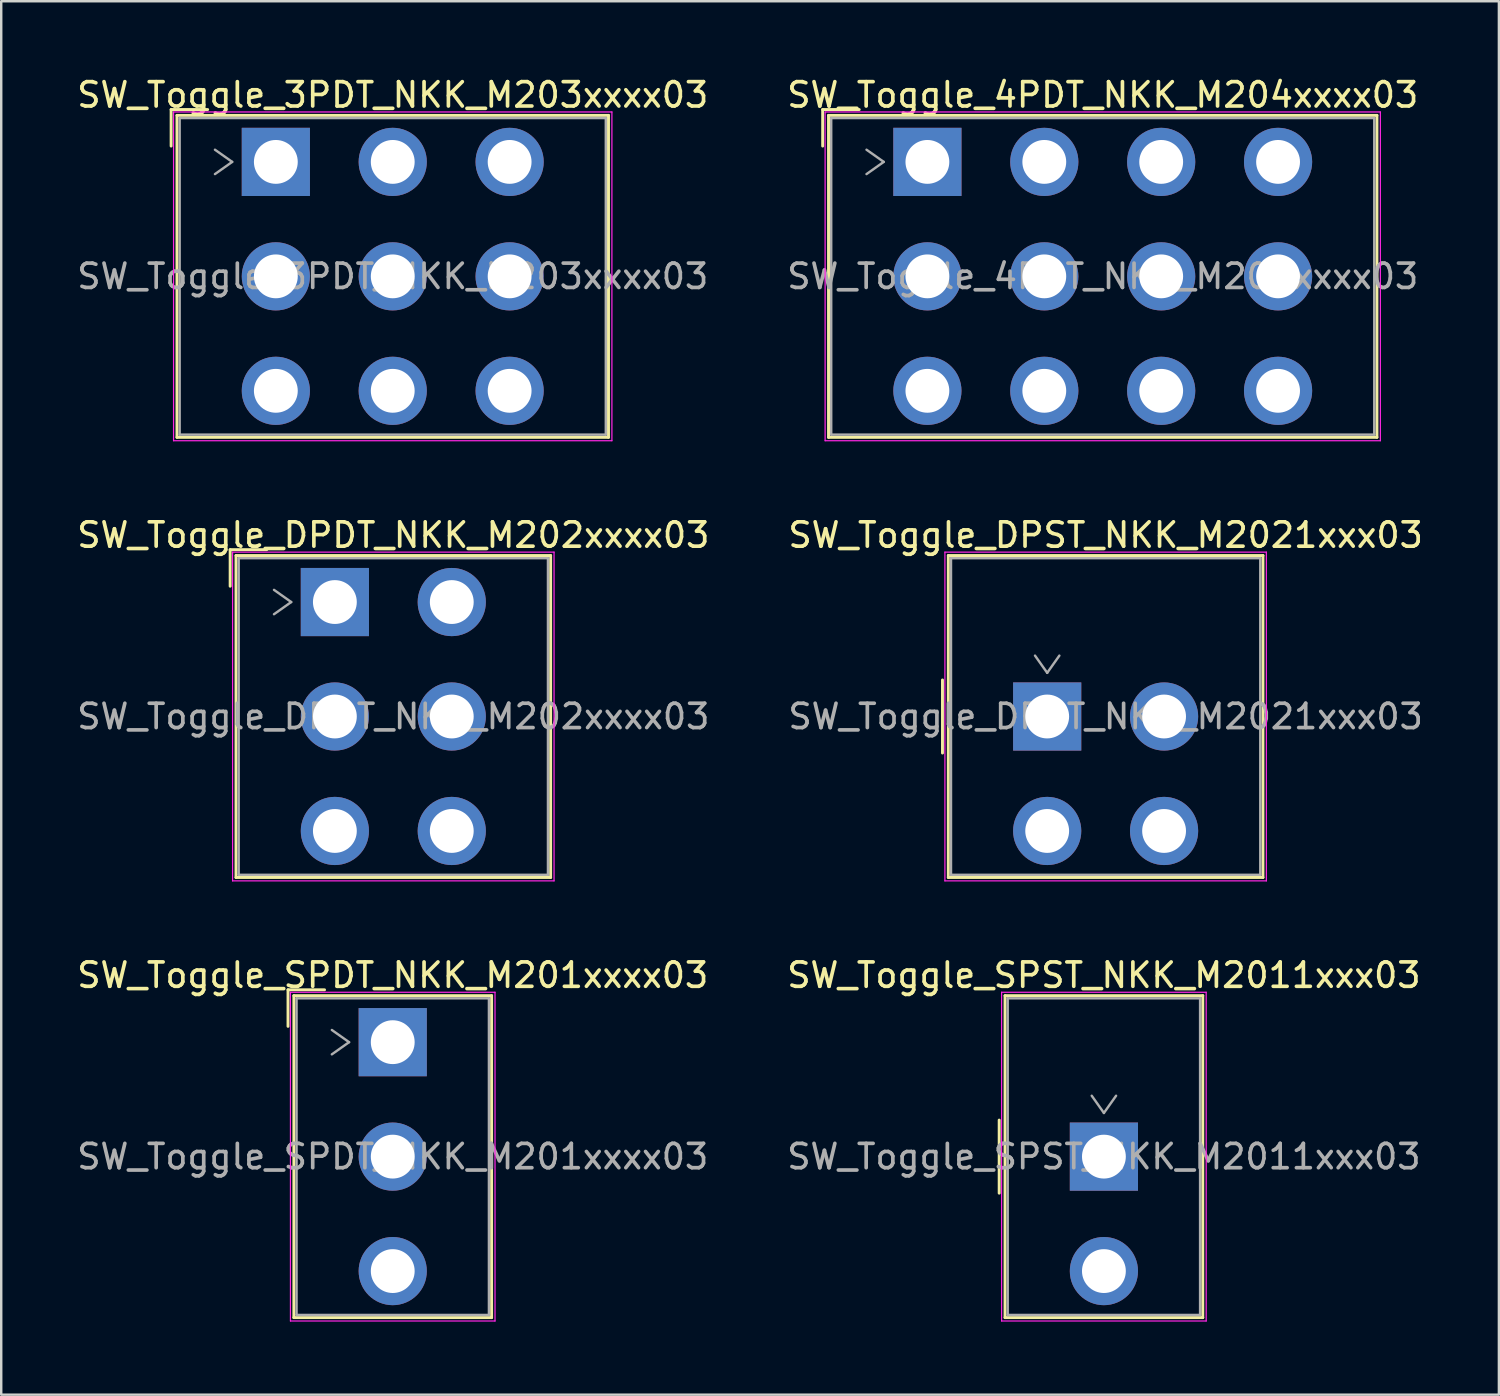
<source format=kicad_pcb>
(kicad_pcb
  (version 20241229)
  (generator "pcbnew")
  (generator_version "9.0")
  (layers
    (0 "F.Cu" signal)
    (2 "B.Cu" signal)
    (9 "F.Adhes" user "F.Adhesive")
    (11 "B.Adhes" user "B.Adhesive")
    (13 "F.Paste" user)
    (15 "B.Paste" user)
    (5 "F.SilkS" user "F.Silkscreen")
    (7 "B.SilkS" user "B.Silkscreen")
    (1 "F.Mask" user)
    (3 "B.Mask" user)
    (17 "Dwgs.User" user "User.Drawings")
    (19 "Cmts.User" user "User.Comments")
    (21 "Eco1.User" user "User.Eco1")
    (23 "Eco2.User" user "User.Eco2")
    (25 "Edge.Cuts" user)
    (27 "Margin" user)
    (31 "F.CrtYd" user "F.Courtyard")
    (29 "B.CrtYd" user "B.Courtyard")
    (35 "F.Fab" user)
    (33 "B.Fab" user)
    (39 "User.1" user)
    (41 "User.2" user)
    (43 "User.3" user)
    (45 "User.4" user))
  (footprint "SW_Toggle_DPDT_NKK_M202xxxx03"
    (layer "F.Cu")
    (at 10.701 21.672)
    (property "Reference" "SW_Toggle_DPDT_NKK_M202xxxx03" (at 2.4 -2.75 0) (layer "F.SilkS") (effects (font (size 1 1) (thickness 0.15))))
    (attr through_hole)
    (fp_line (start -4.3 -2.15) (end -2.8 -2.15) (stroke (width 0.12) (type solid)) (layer "F.SilkS"))
    (fp_line (start -4.3 -0.65) (end -4.3 -2.15) (stroke (width 0.12) (type solid)) (layer "F.SilkS"))
    (fp_line (start -4.06 -1.91) (end 8.86 -1.91) (stroke (width 0.12) (type solid)) (layer "F.SilkS"))
    (fp_line (start -4.06 11.31) (end -4.06 -1.91) (stroke (width 0.12) (type solid)) (layer "F.SilkS"))
    (fp_line (start 8.86 -1.91) (end 8.86 11.31) (stroke (width 0.12) (type solid)) (layer "F.SilkS"))
    (fp_line (start 8.86 11.31) (end -4.06 11.31) (stroke (width 0.12) (type solid)) (layer "F.SilkS"))
    (fp_line (start -4.2 -2.05) (end 9 -2.05) (stroke (width 0.05) (type solid)) (layer "F.CrtYd"))
    (fp_line (start -4.2 11.45) (end -4.2 -2.05) (stroke (width 0.05) (type solid)) (layer "F.CrtYd"))
    (fp_line (start 9 -2.05) (end 9 11.45) (stroke (width 0.05) (type solid)) (layer "F.CrtYd"))
    (fp_line (start 9 11.45) (end -4.2 11.45) (stroke (width 0.05) (type solid)) (layer "F.CrtYd"))
    (fp_line (start -3.95 -1.8) (end 8.75 -1.8) (stroke (width 0.1) (type solid)) (layer "F.Fab"))
    (fp_line (start -3.95 11.2) (end -3.95 -1.8) (stroke (width 0.1) (type solid)) (layer "F.Fab"))
    (fp_line (start -2.5 -0.5) (end -1.793 0) (stroke (width 0.1) (type solid)) (layer "F.Fab"))
    (fp_line (start -1.793 0) (end -2.5 0.5) (stroke (width 0.1) (type solid)) (layer "F.Fab"))
    (fp_line (start 8.75 -1.8) (end 8.75 11.2) (stroke (width 0.1) (type solid)) (layer "F.Fab"))
    (fp_line (start 8.75 11.2) (end -3.95 11.2) (stroke (width 0.1) (type solid)) (layer "F.Fab"))
    (fp_text user "${REFERENCE}" (at 2.4 4.7 0) (layer "F.Fab") (effects (font (size 1 1) (thickness 0.15))))
    (pad "1" thru_hole rect (at 0 0) (size 2.8 2.8) (drill 1.8) (layers "*.Cu" "*.Mask"))
    (pad "2" thru_hole circle (at 0 4.7) (size 2.8 2.8) (drill 1.8) (layers "*.Cu" "*.Mask"))
    (pad "3" thru_hole circle (at 0 9.4) (size 2.8 2.8) (drill 1.8) (layers "*.Cu" "*.Mask"))
    (pad "4" thru_hole circle (at 4.8 0) (size 2.8 2.8) (drill 1.8) (layers "*.Cu" "*.Mask"))
    (pad "5" thru_hole circle (at 4.8 4.7) (size 2.8 2.8) (drill 1.8) (layers "*.Cu" "*.Mask"))
    (pad "6" thru_hole circle (at 4.8 9.4) (size 2.8 2.8) (drill 1.8) (layers "*.Cu" "*.Mask")))
  (footprint "SW_Toggle_SPST_NKK_M2011xxx03"
    (layer "F.Cu")
    (at 42.28 44.445)
    (property "Reference" "SW_Toggle_SPST_NKK_M2011xxx03" (at 0 -7.45 0) (layer "F.SilkS") (effects (font (size 1 1) (thickness 0.15))))
    (attr through_hole)
    (fp_line (start -4.3 -1.5) (end -4.3 1.5) (stroke (width 0.12) (type solid)) (layer "F.SilkS"))
    (fp_line (start -4.06 -6.61) (end 4.06 -6.61) (stroke (width 0.12) (type solid)) (layer "F.SilkS"))
    (fp_line (start -4.06 6.61) (end -4.06 -6.61) (stroke (width 0.12) (type solid)) (layer "F.SilkS"))
    (fp_line (start 4.06 -6.61) (end 4.06 6.61) (stroke (width 0.12) (type solid)) (layer "F.SilkS"))
    (fp_line (start 4.06 6.61) (end -4.06 6.61) (stroke (width 0.12) (type solid)) (layer "F.SilkS"))
    (fp_line (start -4.2 -6.75) (end 4.2 -6.75) (stroke (width 0.05) (type solid)) (layer "F.CrtYd"))
    (fp_line (start -4.2 6.75) (end -4.2 -6.75) (stroke (width 0.05) (type solid)) (layer "F.CrtYd"))
    (fp_line (start 4.2 -6.75) (end 4.2 6.75) (stroke (width 0.05) (type solid)) (layer "F.CrtYd"))
    (fp_line (start 4.2 6.75) (end -4.2 6.75) (stroke (width 0.05) (type solid)) (layer "F.CrtYd"))
    (fp_line (start -3.95 -6.5) (end 3.95 -6.5) (stroke (width 0.1) (type solid)) (layer "F.Fab"))
    (fp_line (start -3.95 6.5) (end -3.95 -6.5) (stroke (width 0.1) (type solid)) (layer "F.Fab"))
    (fp_line (start -0.5 -2.5) (end 0 -1.793) (stroke (width 0.1) (type solid)) (layer "F.Fab"))
    (fp_line (start 0 -1.793) (end 0.5 -2.5) (stroke (width 0.1) (type solid)) (layer "F.Fab"))
    (fp_line (start 3.95 -6.5) (end 3.95 6.5) (stroke (width 0.1) (type solid)) (layer "F.Fab"))
    (fp_line (start 3.95 6.5) (end -3.95 6.5) (stroke (width 0.1) (type solid)) (layer "F.Fab"))
    (fp_text user "${REFERENCE}" (at 0 0 0) (layer "F.Fab") (effects (font (size 1 1) (thickness 0.15))))
    (pad "1" thru_hole rect (at 0 0) (size 2.8 2.8) (drill 1.8) (layers "*.Cu" "*.Mask"))
    (pad "2" thru_hole circle (at 0 4.7) (size 2.8 2.8) (drill 1.8) (layers "*.Cu" "*.Mask")))
  (footprint "SW_Toggle_3PDT_NKK_M203xxxx03"
    (layer "F.Cu")
    (at 8.277 3.598)
    (property "Reference" "SW_Toggle_3PDT_NKK_M203xxxx03" (at 4.8 -2.75 0) (layer "F.SilkS") (effects (font (size 1 1) (thickness 0.15))))
    (attr through_hole)
    (fp_line (start -4.3 -2.15) (end -2.8 -2.15) (stroke (width 0.12) (type solid)) (layer "F.SilkS"))
    (fp_line (start -4.3 -0.65) (end -4.3 -2.15) (stroke (width 0.12) (type solid)) (layer "F.SilkS"))
    (fp_line (start -4.06 -1.91) (end 13.66 -1.91) (stroke (width 0.12) (type solid)) (layer "F.SilkS"))
    (fp_line (start -4.06 11.31) (end -4.06 -1.91) (stroke (width 0.12) (type solid)) (layer "F.SilkS"))
    (fp_line (start 13.66 -1.91) (end 13.66 11.31) (stroke (width 0.12) (type solid)) (layer "F.SilkS"))
    (fp_line (start 13.66 11.31) (end -4.06 11.31) (stroke (width 0.12) (type solid)) (layer "F.SilkS"))
    (fp_line (start -4.2 -2.05) (end 13.8 -2.05) (stroke (width 0.05) (type solid)) (layer "F.CrtYd"))
    (fp_line (start -4.2 11.45) (end -4.2 -2.05) (stroke (width 0.05) (type solid)) (layer "F.CrtYd"))
    (fp_line (start 13.8 -2.05) (end 13.8 11.45) (stroke (width 0.05) (type solid)) (layer "F.CrtYd"))
    (fp_line (start 13.8 11.45) (end -4.2 11.45) (stroke (width 0.05) (type solid)) (layer "F.CrtYd"))
    (fp_line (start -3.95 -1.8) (end 13.55 -1.8) (stroke (width 0.1) (type solid)) (layer "F.Fab"))
    (fp_line (start -3.95 11.2) (end -3.95 -1.8) (stroke (width 0.1) (type solid)) (layer "F.Fab"))
    (fp_line (start -2.5 -0.5) (end -1.793 0) (stroke (width 0.1) (type solid)) (layer "F.Fab"))
    (fp_line (start -1.793 0) (end -2.5 0.5) (stroke (width 0.1) (type solid)) (layer "F.Fab"))
    (fp_line (start 13.55 -1.8) (end 13.55 11.2) (stroke (width 0.1) (type solid)) (layer "F.Fab"))
    (fp_line (start 13.55 11.2) (end -3.95 11.2) (stroke (width 0.1) (type solid)) (layer "F.Fab"))
    (fp_text user "${REFERENCE}" (at 4.8 4.7 0) (layer "F.Fab") (effects (font (size 1 1) (thickness 0.15))))
    (pad "1" thru_hole rect (at 0 0) (size 2.8 2.8) (drill 1.8) (layers "*.Cu" "*.Mask"))
    (pad "2" thru_hole circle (at 0 4.7) (size 2.8 2.8) (drill 1.8) (layers "*.Cu" "*.Mask"))
    (pad "3" thru_hole circle (at 0 9.4) (size 2.8 2.8) (drill 1.8) (layers "*.Cu" "*.Mask"))
    (pad "4" thru_hole circle (at 4.8 0) (size 2.8 2.8) (drill 1.8) (layers "*.Cu" "*.Mask"))
    (pad "5" thru_hole circle (at 4.8 4.7) (size 2.8 2.8) (drill 1.8) (layers "*.Cu" "*.Mask"))
    (pad "6" thru_hole circle (at 4.8 9.4) (size 2.8 2.8) (drill 1.8) (layers "*.Cu" "*.Mask"))
    (pad "7" thru_hole circle (at 9.6 0) (size 2.8 2.8) (drill 1.8) (layers "*.Cu" "*.Mask"))
    (pad "8" thru_hole circle (at 9.6 4.7) (size 2.8 2.8) (drill 1.8) (layers "*.Cu" "*.Mask"))
    (pad "9" thru_hole circle (at 9.6 9.4) (size 2.8 2.8) (drill 1.8) (layers "*.Cu" "*.Mask")))
  (footprint "SW_Toggle_SPDT_NKK_M201xxxx03"
    (layer "F.Cu")
    (at 13.077 39.745)
    (property "Reference" "SW_Toggle_SPDT_NKK_M201xxxx03" (at 0 -2.75 0) (layer "F.SilkS") (effects (font (size 1 1) (thickness 0.15))))
    (attr through_hole)
    (fp_line (start -4.3 -2.15) (end -2.8 -2.15) (stroke (width 0.12) (type solid)) (layer "F.SilkS"))
    (fp_line (start -4.3 -0.65) (end -4.3 -2.15) (stroke (width 0.12) (type solid)) (layer "F.SilkS"))
    (fp_line (start -4.06 -1.91) (end 4.06 -1.91) (stroke (width 0.12) (type solid)) (layer "F.SilkS"))
    (fp_line (start -4.06 11.31) (end -4.06 -1.91) (stroke (width 0.12) (type solid)) (layer "F.SilkS"))
    (fp_line (start 4.06 -1.91) (end 4.06 11.31) (stroke (width 0.12) (type solid)) (layer "F.SilkS"))
    (fp_line (start 4.06 11.31) (end -4.06 11.31) (stroke (width 0.12) (type solid)) (layer "F.SilkS"))
    (fp_line (start -4.2 -2.05) (end 4.2 -2.05) (stroke (width 0.05) (type solid)) (layer "F.CrtYd"))
    (fp_line (start -4.2 11.45) (end -4.2 -2.05) (stroke (width 0.05) (type solid)) (layer "F.CrtYd"))
    (fp_line (start 4.2 -2.05) (end 4.2 11.45) (stroke (width 0.05) (type solid)) (layer "F.CrtYd"))
    (fp_line (start 4.2 11.45) (end -4.2 11.45) (stroke (width 0.05) (type solid)) (layer "F.CrtYd"))
    (fp_line (start -3.95 -1.8) (end 3.95 -1.8) (stroke (width 0.1) (type solid)) (layer "F.Fab"))
    (fp_line (start -3.95 11.2) (end -3.95 -1.8) (stroke (width 0.1) (type solid)) (layer "F.Fab"))
    (fp_line (start -2.5 -0.5) (end -1.793 0) (stroke (width 0.1) (type solid)) (layer "F.Fab"))
    (fp_line (start -1.793 0) (end -2.5 0.5) (stroke (width 0.1) (type solid)) (layer "F.Fab"))
    (fp_line (start 3.95 -1.8) (end 3.95 11.2) (stroke (width 0.1) (type solid)) (layer "F.Fab"))
    (fp_line (start 3.95 11.2) (end -3.95 11.2) (stroke (width 0.1) (type solid)) (layer "F.Fab"))
    (fp_text user "${REFERENCE}" (at 0 4.7 0) (layer "F.Fab") (effects (font (size 1 1) (thickness 0.15))))
    (pad "1" thru_hole rect (at 0 0) (size 2.8 2.8) (drill 1.8) (layers "*.Cu" "*.Mask"))
    (pad "2" thru_hole circle (at 0 4.7) (size 2.8 2.8) (drill 1.8) (layers "*.Cu" "*.Mask"))
    (pad "3" thru_hole circle (at 0 9.4) (size 2.8 2.8) (drill 1.8) (layers "*.Cu" "*.Mask")))
  (footprint "SW_Toggle_DPST_NKK_M2021xxx03"
    (layer "F.Cu")
    (at 39.951 26.372)
    (property "Reference" "SW_Toggle_DPST_NKK_M2021xxx03" (at 2.4 -7.45 0) (layer "F.SilkS") (effects (font (size 1 1) (thickness 0.15))))
    (attr through_hole)
    (fp_line (start -4.3 -1.5) (end -4.3 1.5) (stroke (width 0.12) (type solid)) (layer "F.SilkS"))
    (fp_line (start -4.06 -6.61) (end 8.86 -6.61) (stroke (width 0.12) (type solid)) (layer "F.SilkS"))
    (fp_line (start -4.06 6.61) (end -4.06 -6.61) (stroke (width 0.12) (type solid)) (layer "F.SilkS"))
    (fp_line (start 8.86 -6.61) (end 8.86 6.61) (stroke (width 0.12) (type solid)) (layer "F.SilkS"))
    (fp_line (start 8.86 6.61) (end -4.06 6.61) (stroke (width 0.12) (type solid)) (layer "F.SilkS"))
    (fp_line (start -4.2 -6.75) (end 9 -6.75) (stroke (width 0.05) (type solid)) (layer "F.CrtYd"))
    (fp_line (start -4.2 6.75) (end -4.2 -6.75) (stroke (width 0.05) (type solid)) (layer "F.CrtYd"))
    (fp_line (start 9 -6.75) (end 9 6.75) (stroke (width 0.05) (type solid)) (layer "F.CrtYd"))
    (fp_line (start 9 6.75) (end -4.2 6.75) (stroke (width 0.05) (type solid)) (layer "F.CrtYd"))
    (fp_line (start -3.95 -6.5) (end 8.75 -6.5) (stroke (width 0.1) (type solid)) (layer "F.Fab"))
    (fp_line (start -3.95 6.5) (end -3.95 -6.5) (stroke (width 0.1) (type solid)) (layer "F.Fab"))
    (fp_line (start -0.5 -2.5) (end 0 -1.793) (stroke (width 0.1) (type solid)) (layer "F.Fab"))
    (fp_line (start 0 -1.793) (end 0.5 -2.5) (stroke (width 0.1) (type solid)) (layer "F.Fab"))
    (fp_line (start 8.75 -6.5) (end 8.75 6.5) (stroke (width 0.1) (type solid)) (layer "F.Fab"))
    (fp_line (start 8.75 6.5) (end -3.95 6.5) (stroke (width 0.1) (type solid)) (layer "F.Fab"))
    (fp_text user "${REFERENCE}" (at 2.4 0 0) (layer "F.Fab") (effects (font (size 1 1) (thickness 0.15))))
    (pad "1" thru_hole rect (at 0 0) (size 2.8 2.8) (drill 1.8) (layers "*.Cu" "*.Mask"))
    (pad "2" thru_hole circle (at 0 4.7) (size 2.8 2.8) (drill 1.8) (layers "*.Cu" "*.Mask"))
    (pad "3" thru_hole circle (at 4.8 0) (size 2.8 2.8) (drill 1.8) (layers "*.Cu" "*.Mask"))
    (pad "4" thru_hole circle (at 4.8 4.7) (size 2.8 2.8) (drill 1.8) (layers "*.Cu" "*.Mask")))
  (footprint "SW_Toggle_4PDT_NKK_M204xxxx03"
    (layer "F.Cu")
    (at 35.032 3.598)
    (property "Reference" "SW_Toggle_4PDT_NKK_M204xxxx03" (at 7.2 -2.75 0) (layer "F.SilkS") (effects (font (size 1 1) (thickness 0.15))))
    (attr through_hole)
    (fp_line (start -4.3 -2.15) (end -2.8 -2.15) (stroke (width 0.12) (type solid)) (layer "F.SilkS"))
    (fp_line (start -4.3 -0.65) (end -4.3 -2.15) (stroke (width 0.12) (type solid)) (layer "F.SilkS"))
    (fp_line (start -4.06 -1.91) (end 18.46 -1.91) (stroke (width 0.12) (type solid)) (layer "F.SilkS"))
    (fp_line (start -4.06 11.31) (end -4.06 -1.91) (stroke (width 0.12) (type solid)) (layer "F.SilkS"))
    (fp_line (start 18.46 -1.91) (end 18.46 11.31) (stroke (width 0.12) (type solid)) (layer "F.SilkS"))
    (fp_line (start 18.46 11.31) (end -4.06 11.31) (stroke (width 0.12) (type solid)) (layer "F.SilkS"))
    (fp_line (start -4.2 -2.05) (end 18.6 -2.05) (stroke (width 0.05) (type solid)) (layer "F.CrtYd"))
    (fp_line (start -4.2 11.45) (end -4.2 -2.05) (stroke (width 0.05) (type solid)) (layer "F.CrtYd"))
    (fp_line (start 18.6 -2.05) (end 18.6 11.45) (stroke (width 0.05) (type solid)) (layer "F.CrtYd"))
    (fp_line (start 18.6 11.45) (end -4.2 11.45) (stroke (width 0.05) (type solid)) (layer "F.CrtYd"))
    (fp_line (start -3.95 -1.8) (end 18.35 -1.8) (stroke (width 0.1) (type solid)) (layer "F.Fab"))
    (fp_line (start -3.95 11.2) (end -3.95 -1.8) (stroke (width 0.1) (type solid)) (layer "F.Fab"))
    (fp_line (start -2.5 -0.5) (end -1.793 0) (stroke (width 0.1) (type solid)) (layer "F.Fab"))
    (fp_line (start -1.793 0) (end -2.5 0.5) (stroke (width 0.1) (type solid)) (layer "F.Fab"))
    (fp_line (start 18.35 -1.8) (end 18.35 11.2) (stroke (width 0.1) (type solid)) (layer "F.Fab"))
    (fp_line (start 18.35 11.2) (end -3.95 11.2) (stroke (width 0.1) (type solid)) (layer "F.Fab"))
    (fp_text user "${REFERENCE}" (at 7.2 4.7 0) (layer "F.Fab") (effects (font (size 1 1) (thickness 0.15))))
    (pad "1" thru_hole rect (at 0 0) (size 2.8 2.8) (drill 1.8) (layers "*.Cu" "*.Mask"))
    (pad "2" thru_hole circle (at 0 4.7) (size 2.8 2.8) (drill 1.8) (layers "*.Cu" "*.Mask"))
    (pad "3" thru_hole circle (at 0 9.4) (size 2.8 2.8) (drill 1.8) (layers "*.Cu" "*.Mask"))
    (pad "4" thru_hole circle (at 4.8 0) (size 2.8 2.8) (drill 1.8) (layers "*.Cu" "*.Mask"))
    (pad "5" thru_hole circle (at 4.8 4.7) (size 2.8 2.8) (drill 1.8) (layers "*.Cu" "*.Mask"))
    (pad "6" thru_hole circle (at 4.8 9.4) (size 2.8 2.8) (drill 1.8) (layers "*.Cu" "*.Mask"))
    (pad "7" thru_hole circle (at 9.6 0) (size 2.8 2.8) (drill 1.8) (layers "*.Cu" "*.Mask"))
    (pad "8" thru_hole circle (at 9.6 4.7) (size 2.8 2.8) (drill 1.8) (layers "*.Cu" "*.Mask"))
    (pad "9" thru_hole circle (at 9.6 9.4) (size 2.8 2.8) (drill 1.8) (layers "*.Cu" "*.Mask"))
    (pad "10" thru_hole circle (at 14.4 0) (size 2.8 2.8) (drill 1.8) (layers "*.Cu" "*.Mask"))
    (pad "11" thru_hole circle (at 14.4 4.7) (size 2.8 2.8) (drill 1.8) (layers "*.Cu" "*.Mask"))
    (pad "12" thru_hole circle (at 14.4 9.4) (size 2.8 2.8) (drill 1.8) (layers "*.Cu" "*.Mask")))
  (gr_rect
    (start -3 -3)
    (end 58.5 54.22)
    (stroke (width 0.1) (type default))
    (fill no)
    (layer "Edge.Cuts")))
</source>
